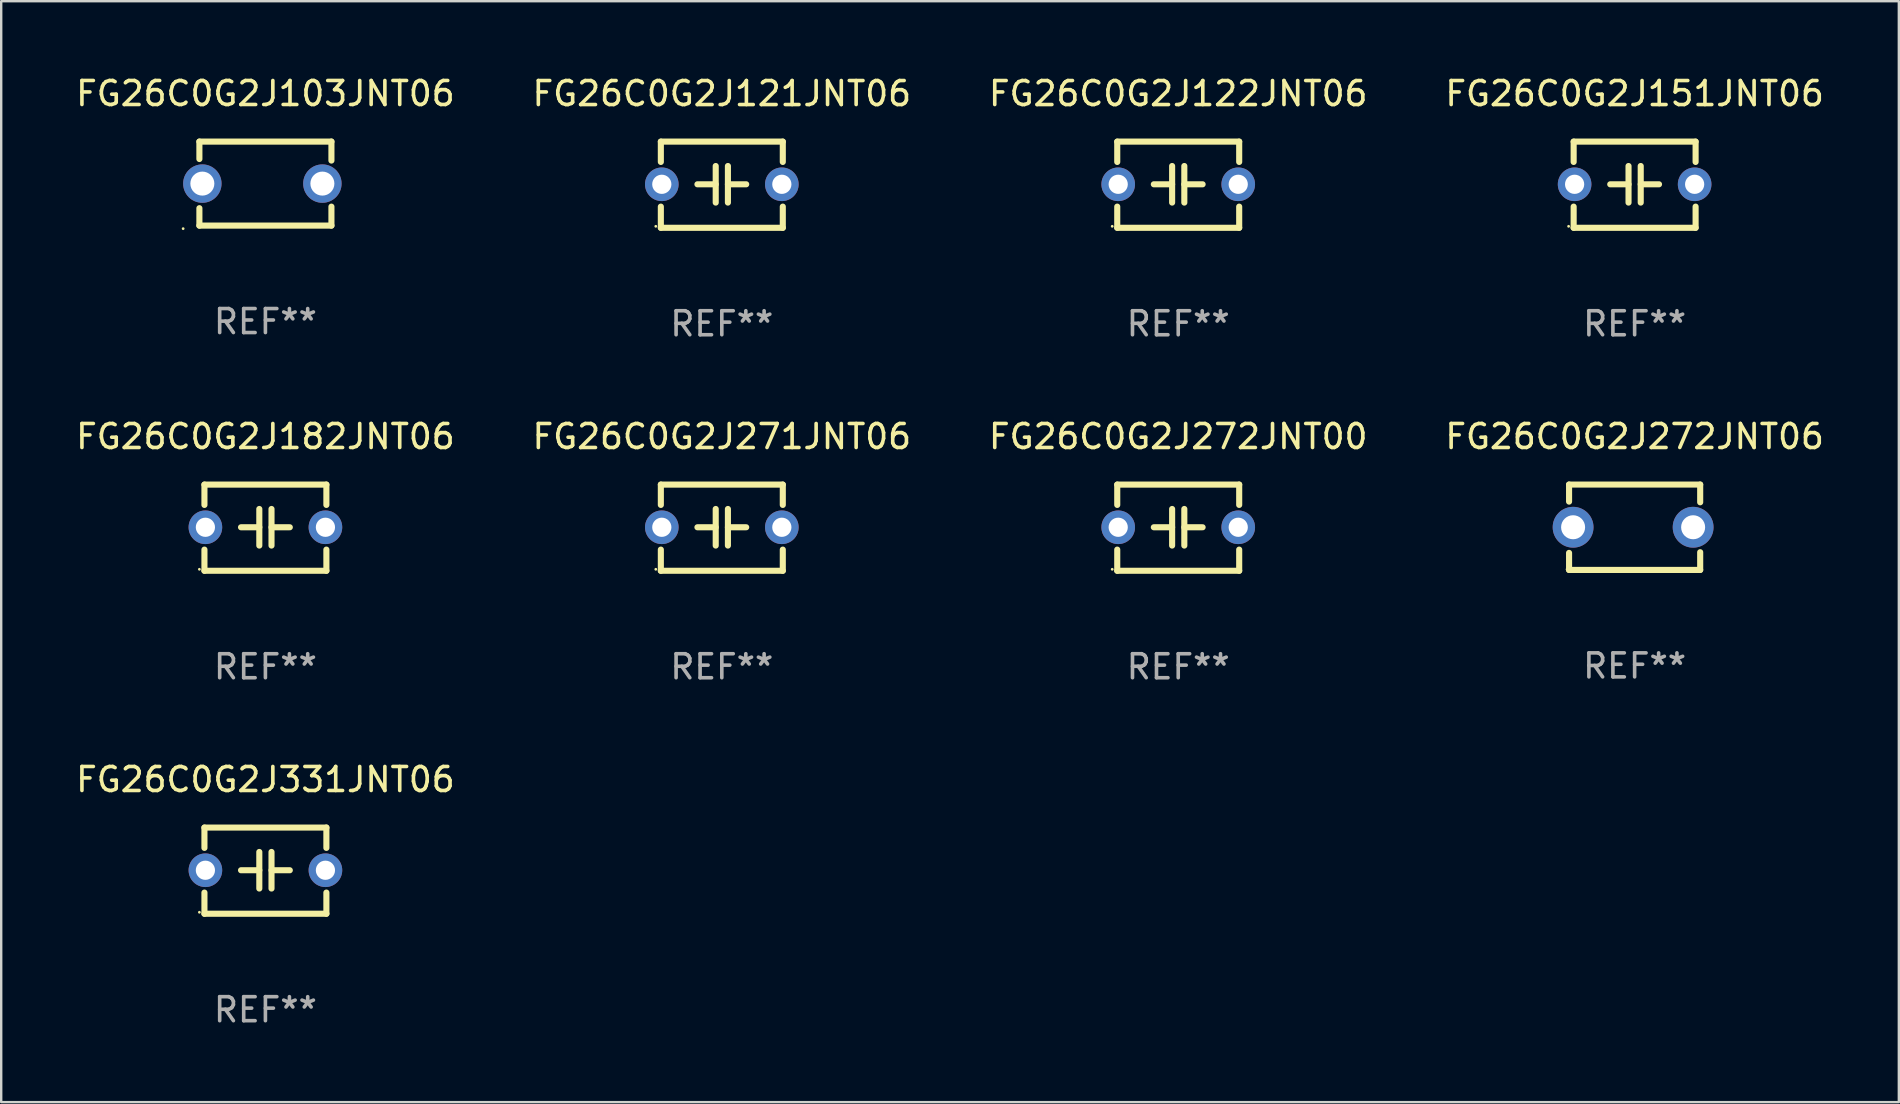
<source format=kicad_pcb>
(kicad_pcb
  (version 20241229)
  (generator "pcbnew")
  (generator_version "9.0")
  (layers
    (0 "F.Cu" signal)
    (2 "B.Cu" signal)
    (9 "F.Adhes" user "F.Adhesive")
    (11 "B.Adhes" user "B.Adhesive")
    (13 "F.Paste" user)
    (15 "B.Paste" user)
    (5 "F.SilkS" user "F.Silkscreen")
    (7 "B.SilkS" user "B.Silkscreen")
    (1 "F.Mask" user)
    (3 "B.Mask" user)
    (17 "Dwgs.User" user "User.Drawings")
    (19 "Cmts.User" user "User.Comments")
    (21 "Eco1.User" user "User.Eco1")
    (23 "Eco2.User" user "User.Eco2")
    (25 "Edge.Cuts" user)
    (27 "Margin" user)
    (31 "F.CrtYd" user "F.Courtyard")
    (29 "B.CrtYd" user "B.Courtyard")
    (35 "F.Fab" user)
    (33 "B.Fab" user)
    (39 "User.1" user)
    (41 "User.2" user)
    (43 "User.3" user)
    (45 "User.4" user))
  (footprint "FG26C0G2J331JNT06"
    (layer "F.Cu")
    (at 8.006 33.218)
    (property "Reference" "FG26C0G2J331JNT06" (at 0 -3.795 0) (layer "F.SilkS") (effects (font (size 1 1) (thickness 0.15))))
    (attr through_hole)
    (fp_line (start -2.54 -1.795) (end 2.54 -1.795) (stroke (width 0.254) (type solid)) (layer "F.SilkS"))
    (fp_line (start -2.54 -0.948) (end -2.54 -1.795) (stroke (width 0.254) (type solid)) (layer "F.SilkS"))
    (fp_line (start -2.54 1.795) (end -2.54 0.913) (stroke (width 0.254) (type solid)) (layer "F.SilkS"))
    (fp_line (start -1.016 -0.017) (end -0.254 -0.017) (stroke (width 0.254) (type solid)) (layer "F.SilkS"))
    (fp_line (start -0.254 0.745) (end -0.254 -0.779) (stroke (width 0.254) (type solid)) (layer "F.SilkS"))
    (fp_line (start 0.254 -0.779) (end 0.254 0.745) (stroke (width 0.254) (type solid)) (layer "F.SilkS"))
    (fp_line (start 1.016 -0.017) (end 0.254 -0.017) (stroke (width 0.254) (type solid)) (layer "F.SilkS"))
    (fp_line (start 2.54 -1.795) (end 2.54 -0.948) (stroke (width 0.254) (type solid)) (layer "F.SilkS"))
    (fp_line (start 2.54 1.795) (end -2.54 1.795) (stroke (width 0.254) (type solid)) (layer "F.SilkS"))
    (fp_line (start 2.54 1.795) (end 2.54 0.913) (stroke (width 0.254) (type solid)) (layer "F.SilkS"))
    (fp_circle (center -2.75 1.733) (end -2.72 1.733) (stroke (width 0.06) (type solid)) (fill no) (layer "F.SilkS"))
    (fp_text user "REF**" (at 0 5.795 0) (layer "F.Fab") (effects (font (size 1 1) (thickness 0.15))))
    (pad "1" thru_hole circle (at -2.5 -0.017) (size 1.4 1.4) (drill 0.8) (layers "*.Cu" "*.Mask"))
    (pad "2" thru_hole circle (at 2.5 -0.017) (size 1.4 1.4) (drill 0.8) (layers "*.Cu" "*.Mask")))
  (footprint "FG26C0G2J272JNT00"
    (layer "F.Cu")
    (at 46.03 18.931)
    (property "Reference" "FG26C0G2J272JNT00" (at 0 -3.795 0) (layer "F.SilkS") (effects (font (size 1 1) (thickness 0.15))))
    (attr through_hole)
    (fp_line (start -2.54 -1.795) (end 2.54 -1.795) (stroke (width 0.254) (type solid)) (layer "F.SilkS"))
    (fp_line (start -2.54 -0.948) (end -2.54 -1.795) (stroke (width 0.254) (type solid)) (layer "F.SilkS"))
    (fp_line (start -2.54 1.795) (end -2.54 0.913) (stroke (width 0.254) (type solid)) (layer "F.SilkS"))
    (fp_line (start -1.016 -0.017) (end -0.254 -0.017) (stroke (width 0.254) (type solid)) (layer "F.SilkS"))
    (fp_line (start -0.254 0.745) (end -0.254 -0.779) (stroke (width 0.254) (type solid)) (layer "F.SilkS"))
    (fp_line (start 0.254 -0.779) (end 0.254 0.745) (stroke (width 0.254) (type solid)) (layer "F.SilkS"))
    (fp_line (start 1.016 -0.017) (end 0.254 -0.017) (stroke (width 0.254) (type solid)) (layer "F.SilkS"))
    (fp_line (start 2.54 -1.795) (end 2.54 -0.948) (stroke (width 0.254) (type solid)) (layer "F.SilkS"))
    (fp_line (start 2.54 1.795) (end -2.54 1.795) (stroke (width 0.254) (type solid)) (layer "F.SilkS"))
    (fp_line (start 2.54 1.795) (end 2.54 0.913) (stroke (width 0.254) (type solid)) (layer "F.SilkS"))
    (fp_circle (center -2.75 1.733) (end -2.72 1.733) (stroke (width 0.06) (type solid)) (fill no) (layer "F.SilkS"))
    (fp_text user "REF**" (at 0 5.795 0) (layer "F.Fab") (effects (font (size 1 1) (thickness 0.15))))
    (pad "1" thru_hole circle (at -2.5 -0.017) (size 1.4 1.4) (drill 0.8) (layers "*.Cu" "*.Mask"))
    (pad "2" thru_hole circle (at 2.5 -0.017) (size 1.4 1.4) (drill 0.8) (layers "*.Cu" "*.Mask")))
  (footprint "FG26C0G2J271JNT06"
    (layer "F.Cu")
    (at 27.018 18.931)
    (property "Reference" "FG26C0G2J271JNT06" (at 0 -3.795 0) (layer "F.SilkS") (effects (font (size 1 1) (thickness 0.15))))
    (attr through_hole)
    (fp_line (start -2.54 -1.795) (end 2.54 -1.795) (stroke (width 0.254) (type solid)) (layer "F.SilkS"))
    (fp_line (start -2.54 -0.948) (end -2.54 -1.795) (stroke (width 0.254) (type solid)) (layer "F.SilkS"))
    (fp_line (start -2.54 1.795) (end -2.54 0.913) (stroke (width 0.254) (type solid)) (layer "F.SilkS"))
    (fp_line (start -1.016 -0.017) (end -0.254 -0.017) (stroke (width 0.254) (type solid)) (layer "F.SilkS"))
    (fp_line (start -0.254 0.745) (end -0.254 -0.779) (stroke (width 0.254) (type solid)) (layer "F.SilkS"))
    (fp_line (start 0.254 -0.779) (end 0.254 0.745) (stroke (width 0.254) (type solid)) (layer "F.SilkS"))
    (fp_line (start 1.016 -0.017) (end 0.254 -0.017) (stroke (width 0.254) (type solid)) (layer "F.SilkS"))
    (fp_line (start 2.54 -1.795) (end 2.54 -0.948) (stroke (width 0.254) (type solid)) (layer "F.SilkS"))
    (fp_line (start 2.54 1.795) (end -2.54 1.795) (stroke (width 0.254) (type solid)) (layer "F.SilkS"))
    (fp_line (start 2.54 1.795) (end 2.54 0.913) (stroke (width 0.254) (type solid)) (layer "F.SilkS"))
    (fp_circle (center -2.75 1.733) (end -2.72 1.733) (stroke (width 0.06) (type solid)) (fill no) (layer "F.SilkS"))
    (fp_text user "REF**" (at 0 5.795 0) (layer "F.Fab") (effects (font (size 1 1) (thickness 0.15))))
    (pad "1" thru_hole circle (at -2.5 -0.017) (size 1.4 1.4) (drill 0.8) (layers "*.Cu" "*.Mask"))
    (pad "2" thru_hole circle (at 2.5 -0.017) (size 1.4 1.4) (drill 0.8) (layers "*.Cu" "*.Mask")))
  (footprint "FG26C0G2J182JNT06"
    (layer "F.Cu")
    (at 8.006 18.931)
    (property "Reference" "FG26C0G2J182JNT06" (at 0 -3.795 0) (layer "F.SilkS") (effects (font (size 1 1) (thickness 0.15))))
    (attr through_hole)
    (fp_line (start -2.54 -1.795) (end 2.54 -1.795) (stroke (width 0.254) (type solid)) (layer "F.SilkS"))
    (fp_line (start -2.54 -0.948) (end -2.54 -1.795) (stroke (width 0.254) (type solid)) (layer "F.SilkS"))
    (fp_line (start -2.54 1.795) (end -2.54 0.913) (stroke (width 0.254) (type solid)) (layer "F.SilkS"))
    (fp_line (start -1.016 -0.017) (end -0.254 -0.017) (stroke (width 0.254) (type solid)) (layer "F.SilkS"))
    (fp_line (start -0.254 0.745) (end -0.254 -0.779) (stroke (width 0.254) (type solid)) (layer "F.SilkS"))
    (fp_line (start 0.254 -0.779) (end 0.254 0.745) (stroke (width 0.254) (type solid)) (layer "F.SilkS"))
    (fp_line (start 1.016 -0.017) (end 0.254 -0.017) (stroke (width 0.254) (type solid)) (layer "F.SilkS"))
    (fp_line (start 2.54 -1.795) (end 2.54 -0.948) (stroke (width 0.254) (type solid)) (layer "F.SilkS"))
    (fp_line (start 2.54 1.795) (end -2.54 1.795) (stroke (width 0.254) (type solid)) (layer "F.SilkS"))
    (fp_line (start 2.54 1.795) (end 2.54 0.913) (stroke (width 0.254) (type solid)) (layer "F.SilkS"))
    (fp_circle (center -2.75 1.733) (end -2.72 1.733) (stroke (width 0.06) (type solid)) (fill no) (layer "F.SilkS"))
    (fp_text user "REF**" (at 0 5.795 0) (layer "F.Fab") (effects (font (size 1 1) (thickness 0.15))))
    (pad "1" thru_hole circle (at -2.5 -0.017) (size 1.4 1.4) (drill 0.8) (layers "*.Cu" "*.Mask"))
    (pad "2" thru_hole circle (at 2.5 -0.017) (size 1.4 1.4) (drill 0.8) (layers "*.Cu" "*.Mask")))
  (footprint "FG26C0G2J103JNT06"
    (layer "F.Cu")
    (at 8.006 4.598)
    (property "Reference" "FG26C0G2J103JNT06" (at 0 -3.75 0) (layer "F.SilkS") (effects (font (size 1 1) (thickness 0.15))))
    (attr through_hole)
    (fp_line (start -2.75 -1.75) (end -2.75 -1.024) (stroke (width 0.254) (type solid)) (layer "F.SilkS"))
    (fp_line (start -2.75 -1.75) (end 2.75 -1.75) (stroke (width 0.254) (type solid)) (layer "F.SilkS"))
    (fp_line (start -2.75 1.024) (end -2.75 1.75) (stroke (width 0.254) (type solid)) (layer "F.SilkS"))
    (fp_line (start 2.75 -1.75) (end 2.75 -0.96) (stroke (width 0.254) (type solid)) (layer "F.SilkS"))
    (fp_line (start 2.75 0.96) (end 2.75 1.75) (stroke (width 0.254) (type solid)) (layer "F.SilkS"))
    (fp_line (start 2.75 1.75) (end -2.75 1.75) (stroke (width 0.254) (type solid)) (layer "F.SilkS"))
    (fp_circle (center -3.427 1.877) (end -3.397 1.877) (stroke (width 0.06) (type solid)) (fill no) (layer "F.SilkS"))
    (fp_text user "REF**" (at 0 5.75 0) (layer "F.Fab") (effects (font (size 1 1) (thickness 0.15))))
    (pad "1" thru_hole circle (at -2.627 0) (size 1.6 1.6) (drill 1) (layers "*.Cu" "*.Mask"))
    (pad "2" thru_hole circle (at 2.373 0) (size 1.6 1.6) (drill 1) (layers "*.Cu" "*.Mask")))
  (footprint "FG26C0G2J122JNT06"
    (layer "F.Cu")
    (at 46.03 4.644)
    (property "Reference" "FG26C0G2J122JNT06" (at 0 -3.795 0) (layer "F.SilkS") (effects (font (size 1 1) (thickness 0.15))))
    (attr through_hole)
    (fp_line (start -2.54 -1.795) (end 2.54 -1.795) (stroke (width 0.254) (type solid)) (layer "F.SilkS"))
    (fp_line (start -2.54 -0.948) (end -2.54 -1.795) (stroke (width 0.254) (type solid)) (layer "F.SilkS"))
    (fp_line (start -2.54 1.795) (end -2.54 0.913) (stroke (width 0.254) (type solid)) (layer "F.SilkS"))
    (fp_line (start -1.016 -0.017) (end -0.254 -0.017) (stroke (width 0.254) (type solid)) (layer "F.SilkS"))
    (fp_line (start -0.254 0.745) (end -0.254 -0.779) (stroke (width 0.254) (type solid)) (layer "F.SilkS"))
    (fp_line (start 0.254 -0.779) (end 0.254 0.745) (stroke (width 0.254) (type solid)) (layer "F.SilkS"))
    (fp_line (start 1.016 -0.017) (end 0.254 -0.017) (stroke (width 0.254) (type solid)) (layer "F.SilkS"))
    (fp_line (start 2.54 -1.795) (end 2.54 -0.948) (stroke (width 0.254) (type solid)) (layer "F.SilkS"))
    (fp_line (start 2.54 1.795) (end -2.54 1.795) (stroke (width 0.254) (type solid)) (layer "F.SilkS"))
    (fp_line (start 2.54 1.795) (end 2.54 0.913) (stroke (width 0.254) (type solid)) (layer "F.SilkS"))
    (fp_circle (center -2.75 1.733) (end -2.72 1.733) (stroke (width 0.06) (type solid)) (fill no) (layer "F.SilkS"))
    (fp_text user "REF**" (at 0 5.795 0) (layer "F.Fab") (effects (font (size 1 1) (thickness 0.15))))
    (pad "1" thru_hole circle (at -2.5 -0.017) (size 1.4 1.4) (drill 0.8) (layers "*.Cu" "*.Mask"))
    (pad "2" thru_hole circle (at 2.5 -0.017) (size 1.4 1.4) (drill 0.8) (layers "*.Cu" "*.Mask")))
  (footprint "FG26C0G2J272JNT06"
    (layer "F.Cu")
    (at 65.042 18.913)
    (property "Reference" "FG26C0G2J272JNT06" (at 0 -3.778 0) (layer "F.SilkS") (effects (font (size 1 1) (thickness 0.15))))
    (attr through_hole)
    (fp_line (start -2.731 -1.778) (end -2.731 -1.068) (stroke (width 0.254) (type solid)) (layer "F.SilkS"))
    (fp_line (start -2.731 1.068) (end -2.731 1.778) (stroke (width 0.254) (type solid)) (layer "F.SilkS"))
    (fp_line (start -2.731 1.778) (end 2.731 1.778) (stroke (width 0.254) (type solid)) (layer "F.SilkS"))
    (fp_line (start 2.731 -1.778) (end -2.731 -1.778) (stroke (width 0.254) (type solid)) (layer "F.SilkS"))
    (fp_line (start 2.731 -1.04) (end 2.731 -1.778) (stroke (width 0.254) (type solid)) (layer "F.SilkS"))
    (fp_line (start 2.731 1.778) (end 2.731 1.04) (stroke (width 0.254) (type solid)) (layer "F.SilkS"))
    (fp_circle (center -2.814 1.75) (end -2.784 1.75) (stroke (width 0.06) (type solid)) (fill no) (layer "F.SilkS"))
    (fp_text user "REF**" (at 0 5.778 0) (layer "F.Fab") (effects (font (size 1 1) (thickness 0.15))))
    (pad "1" thru_hole circle (at -2.563 0) (size 1.7 1.7) (drill 1) (layers "*.Cu" "*.Mask"))
    (pad "2" thru_hole circle (at 2.437 0) (size 1.7 1.7) (drill 1) (layers "*.Cu" "*.Mask")))
  (footprint "FG26C0G2J121JNT06"
    (layer "F.Cu")
    (at 27.018 4.644)
    (property "Reference" "FG26C0G2J121JNT06" (at 0 -3.795 0) (layer "F.SilkS") (effects (font (size 1 1) (thickness 0.15))))
    (attr through_hole)
    (fp_line (start -2.54 -1.795) (end 2.54 -1.795) (stroke (width 0.254) (type solid)) (layer "F.SilkS"))
    (fp_line (start -2.54 -0.948) (end -2.54 -1.795) (stroke (width 0.254) (type solid)) (layer "F.SilkS"))
    (fp_line (start -2.54 1.795) (end -2.54 0.913) (stroke (width 0.254) (type solid)) (layer "F.SilkS"))
    (fp_line (start -1.016 -0.017) (end -0.254 -0.017) (stroke (width 0.254) (type solid)) (layer "F.SilkS"))
    (fp_line (start -0.254 0.745) (end -0.254 -0.779) (stroke (width 0.254) (type solid)) (layer "F.SilkS"))
    (fp_line (start 0.254 -0.779) (end 0.254 0.745) (stroke (width 0.254) (type solid)) (layer "F.SilkS"))
    (fp_line (start 1.016 -0.017) (end 0.254 -0.017) (stroke (width 0.254) (type solid)) (layer "F.SilkS"))
    (fp_line (start 2.54 -1.795) (end 2.54 -0.948) (stroke (width 0.254) (type solid)) (layer "F.SilkS"))
    (fp_line (start 2.54 1.795) (end -2.54 1.795) (stroke (width 0.254) (type solid)) (layer "F.SilkS"))
    (fp_line (start 2.54 1.795) (end 2.54 0.913) (stroke (width 0.254) (type solid)) (layer "F.SilkS"))
    (fp_circle (center -2.75 1.733) (end -2.72 1.733) (stroke (width 0.06) (type solid)) (fill no) (layer "F.SilkS"))
    (fp_text user "REF**" (at 0 5.795 0) (layer "F.Fab") (effects (font (size 1 1) (thickness 0.15))))
    (pad "1" thru_hole circle (at -2.5 -0.017) (size 1.4 1.4) (drill 0.8) (layers "*.Cu" "*.Mask"))
    (pad "2" thru_hole circle (at 2.5 -0.017) (size 1.4 1.4) (drill 0.8) (layers "*.Cu" "*.Mask")))
  (footprint "FG26C0G2J151JNT06"
    (layer "F.Cu")
    (at 65.042 4.644)
    (property "Reference" "FG26C0G2J151JNT06" (at 0 -3.795 0) (layer "F.SilkS") (effects (font (size 1 1) (thickness 0.15))))
    (attr through_hole)
    (fp_line (start -2.54 -1.795) (end 2.54 -1.795) (stroke (width 0.254) (type solid)) (layer "F.SilkS"))
    (fp_line (start -2.54 -0.948) (end -2.54 -1.795) (stroke (width 0.254) (type solid)) (layer "F.SilkS"))
    (fp_line (start -2.54 1.795) (end -2.54 0.913) (stroke (width 0.254) (type solid)) (layer "F.SilkS"))
    (fp_line (start -1.016 -0.017) (end -0.254 -0.017) (stroke (width 0.254) (type solid)) (layer "F.SilkS"))
    (fp_line (start -0.254 0.745) (end -0.254 -0.779) (stroke (width 0.254) (type solid)) (layer "F.SilkS"))
    (fp_line (start 0.254 -0.779) (end 0.254 0.745) (stroke (width 0.254) (type solid)) (layer "F.SilkS"))
    (fp_line (start 1.016 -0.017) (end 0.254 -0.017) (stroke (width 0.254) (type solid)) (layer "F.SilkS"))
    (fp_line (start 2.54 -1.795) (end 2.54 -0.948) (stroke (width 0.254) (type solid)) (layer "F.SilkS"))
    (fp_line (start 2.54 1.795) (end -2.54 1.795) (stroke (width 0.254) (type solid)) (layer "F.SilkS"))
    (fp_line (start 2.54 1.795) (end 2.54 0.913) (stroke (width 0.254) (type solid)) (layer "F.SilkS"))
    (fp_circle (center -2.75 1.733) (end -2.72 1.733) (stroke (width 0.06) (type solid)) (fill no) (layer "F.SilkS"))
    (fp_text user "REF**" (at 0 5.795 0) (layer "F.Fab") (effects (font (size 1 1) (thickness 0.15))))
    (pad "1" thru_hole circle (at -2.5 -0.017) (size 1.4 1.4) (drill 0.8) (layers "*.Cu" "*.Mask"))
    (pad "2" thru_hole circle (at 2.5 -0.017) (size 1.4 1.4) (drill 0.8) (layers "*.Cu" "*.Mask")))
  (gr_rect
    (start -3 -3)
    (end 76.048 42.861)
    (stroke (width 0.1) (type default))
    (fill no)
    (layer "Edge.Cuts")))
</source>
